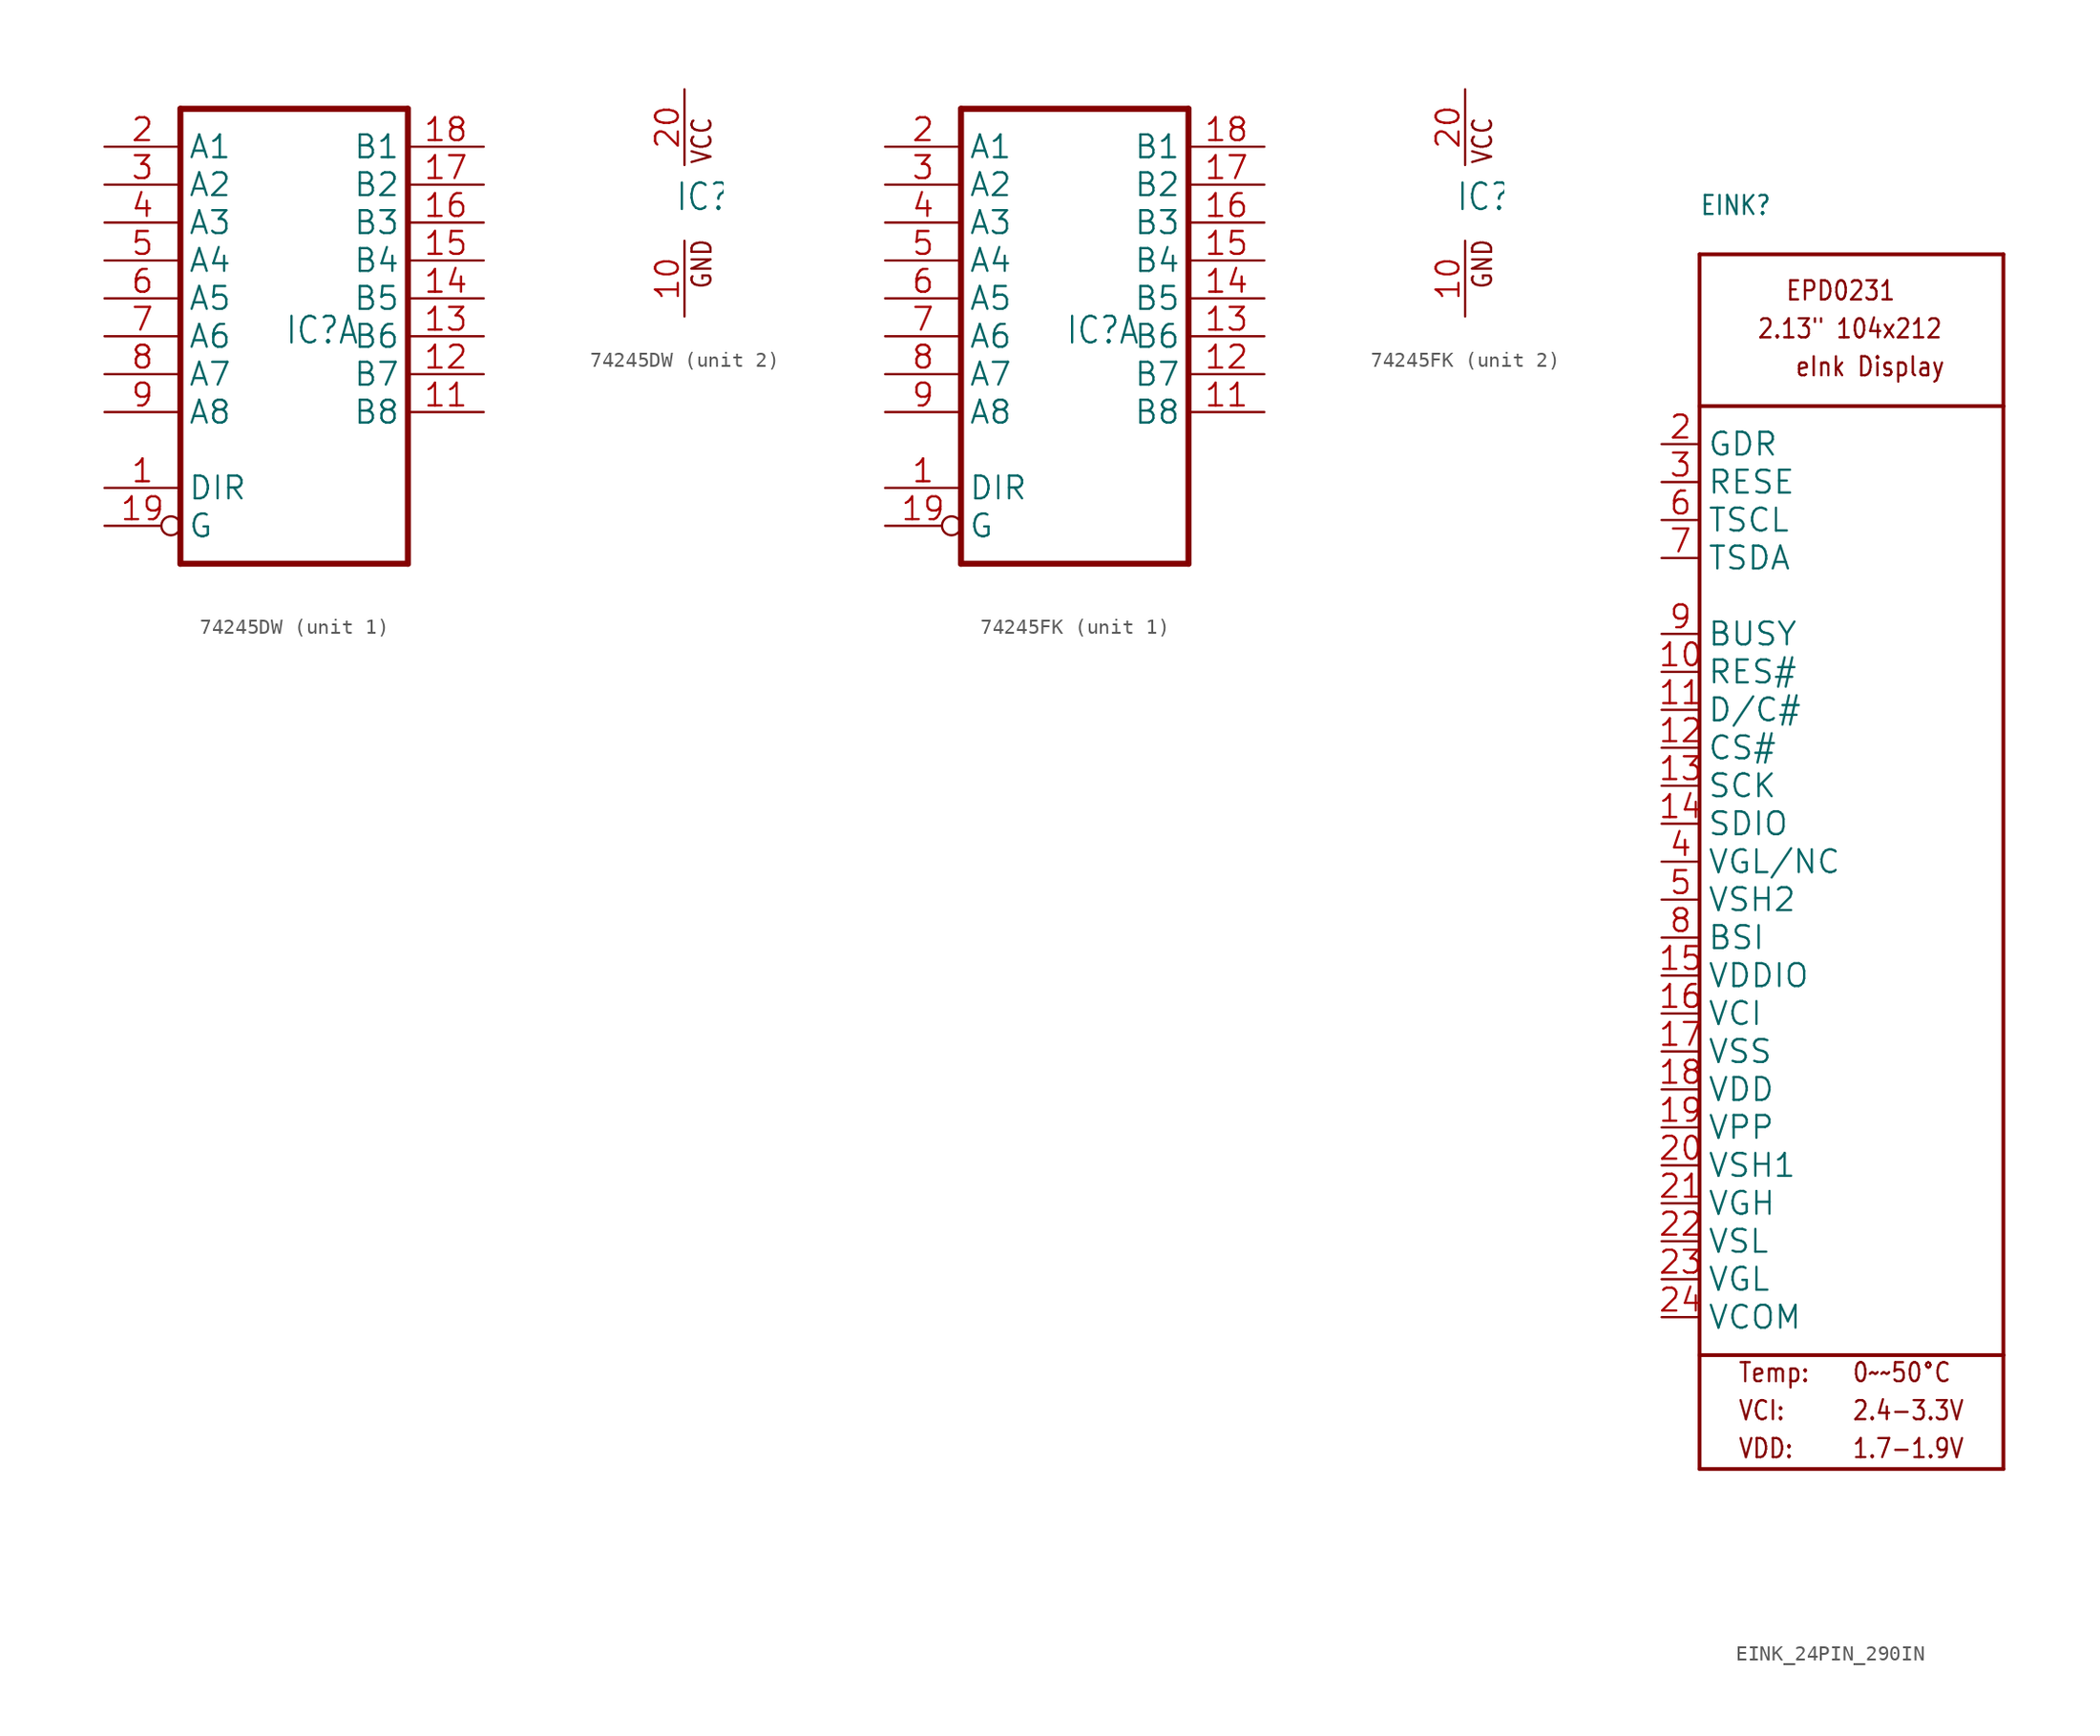
<source format=kicad_sym>
(kicad_symbol_lib
  (version 20241209)
  (generator "kicad_symbol_editor")
  (generator_version "9.0")
  (symbol "74245DW"
    (property "Reference" "IC"
      (at -0.635 -0.635 0)
      (effects (font (size 1.778 1.511)) (justify left bottom)))
    (property "ki_locked" ""
      (at 0 0 0)
      (effects (font (size 1.27 1.27))))
    (symbol "74245DW_1_0"
      (polyline (pts (xy -7.62 15.24) (xy -7.62 -15.24)) (stroke (width 0.406) (type solid)) (fill (type none)))
      (polyline (pts (xy -7.62 -15.24) (xy 7.62 -15.24)) (stroke (width 0.406) (type solid)) (fill (type none)))
      (polyline (pts (xy 7.62 15.24) (xy -7.62 15.24)) (stroke (width 0.406) (type solid)) (fill (type none)))
      (polyline (pts (xy 7.62 -15.24) (xy 7.62 15.24)) (stroke (width 0.406) (type solid)) (fill (type none)))
      (pin bidirectional line (at -12.7 12.7 0) (length 5.08) (name "A1" (effects (font (size 1.524 1.524)))) (number "2" (effects (font (size 1.524 1.524)))))
      (pin bidirectional line (at -12.7 10.16 0) (length 5.08) (name "A2" (effects (font (size 1.524 1.524)))) (number "3" (effects (font (size 1.524 1.524)))))
      (pin bidirectional line (at -12.7 7.62 0) (length 5.08) (name "A3" (effects (font (size 1.524 1.524)))) (number "4" (effects (font (size 1.524 1.524)))))
      (pin bidirectional line (at -12.7 5.08 0) (length 5.08) (name "A4" (effects (font (size 1.524 1.524)))) (number "5" (effects (font (size 1.524 1.524)))))
      (pin bidirectional line (at -12.7 2.54 0) (length 5.08) (name "A5" (effects (font (size 1.524 1.524)))) (number "6" (effects (font (size 1.524 1.524)))))
      (pin bidirectional line (at -12.7 0 0) (length 5.08) (name "A6" (effects (font (size 1.524 1.524)))) (number "7" (effects (font (size 1.524 1.524)))))
      (pin bidirectional line (at -12.7 -2.54 0) (length 5.08) (name "A7" (effects (font (size 1.524 1.524)))) (number "8" (effects (font (size 1.524 1.524)))))
      (pin bidirectional line (at -12.7 -5.08 0) (length 5.08) (name "A8" (effects (font (size 1.524 1.524)))) (number "9" (effects (font (size 1.524 1.524)))))
      (pin input line (at -12.7 -10.16 0) (length 5.08) (name "DIR" (effects (font (size 1.524 1.524)))) (number "1" (effects (font (size 1.524 1.524)))))
      (pin input inverted (at -12.7 -12.7 0) (length 5.08) (name "G" (effects (font (size 1.524 1.524)))) (number "19" (effects (font (size 1.524 1.524)))))
      (pin bidirectional line (at 12.7 12.7 180) (length 5.08) (name "B1" (effects (font (size 1.524 1.524)))) (number "18" (effects (font (size 1.524 1.524)))))
      (pin bidirectional line (at 12.7 10.16 180) (length 5.08) (name "B2" (effects (font (size 1.524 1.524)))) (number "17" (effects (font (size 1.524 1.524)))))
      (pin bidirectional line (at 12.7 7.62 180) (length 5.08) (name "B3" (effects (font (size 1.524 1.524)))) (number "16" (effects (font (size 1.524 1.524)))))
      (pin bidirectional line (at 12.7 5.08 180) (length 5.08) (name "B4" (effects (font (size 1.524 1.524)))) (number "15" (effects (font (size 1.524 1.524)))))
      (pin bidirectional line (at 12.7 2.54 180) (length 5.08) (name "B5" (effects (font (size 1.524 1.524)))) (number "14" (effects (font (size 1.524 1.524)))))
      (pin bidirectional line (at 12.7 0 180) (length 5.08) (name "B6" (effects (font (size 1.524 1.524)))) (number "13" (effects (font (size 1.524 1.524)))))
      (pin bidirectional line (at 12.7 -2.54 180) (length 5.08) (name "B7" (effects (font (size 1.524 1.524)))) (number "12" (effects (font (size 1.524 1.524)))))
      (pin bidirectional line (at 12.7 -5.08 180) (length 5.08) (name "B8" (effects (font (size 1.524 1.524)))) (number "11" (effects (font (size 1.524 1.524))))))
    (symbol "74245DW_2_0"
      (text "VCC" (at 1.905 2.54 900) (effects (font (size 1.27 1.079)) (justify left bottom)))
      (text "GND" (at 1.905 -5.842 900) (effects (font (size 1.27 1.079)) (justify left bottom)))
      (pin power_in line (at 0 7.62 270) (length 5.08) (name "VCC" (effects (font (size 0 0)))) (number "20" (effects (font (size 1.524 1.524)))))
      (pin power_in line (at 0 -7.62 90) (length 5.08) (name "GND" (effects (font (size 0 0)))) (number "10" (effects (font (size 1.524 1.524)))))))
  (symbol "74245FK"
    (property "Reference" "IC"
      (at -0.635 -0.635 0)
      (effects (font (size 1.778 1.511)) (justify left bottom)))
    (property "ki_locked" ""
      (at 0 0 0)
      (effects (font (size 1.27 1.27))))
    (symbol "74245FK_1_0"
      (polyline (pts (xy -7.62 15.24) (xy -7.62 -15.24)) (stroke (width 0.406) (type solid)) (fill (type none)))
      (polyline (pts (xy -7.62 -15.24) (xy 7.62 -15.24)) (stroke (width 0.406) (type solid)) (fill (type none)))
      (polyline (pts (xy 7.62 15.24) (xy -7.62 15.24)) (stroke (width 0.406) (type solid)) (fill (type none)))
      (polyline (pts (xy 7.62 -15.24) (xy 7.62 15.24)) (stroke (width 0.406) (type solid)) (fill (type none)))
      (pin bidirectional line (at -12.7 12.7 0) (length 5.08) (name "A1" (effects (font (size 1.524 1.524)))) (number "2" (effects (font (size 1.524 1.524)))))
      (pin bidirectional line (at -12.7 10.16 0) (length 5.08) (name "A2" (effects (font (size 1.524 1.524)))) (number "3" (effects (font (size 1.524 1.524)))))
      (pin bidirectional line (at -12.7 7.62 0) (length 5.08) (name "A3" (effects (font (size 1.524 1.524)))) (number "4" (effects (font (size 1.524 1.524)))))
      (pin bidirectional line (at -12.7 5.08 0) (length 5.08) (name "A4" (effects (font (size 1.524 1.524)))) (number "5" (effects (font (size 1.524 1.524)))))
      (pin bidirectional line (at -12.7 2.54 0) (length 5.08) (name "A5" (effects (font (size 1.524 1.524)))) (number "6" (effects (font (size 1.524 1.524)))))
      (pin bidirectional line (at -12.7 0 0) (length 5.08) (name "A6" (effects (font (size 1.524 1.524)))) (number "7" (effects (font (size 1.524 1.524)))))
      (pin bidirectional line (at -12.7 -2.54 0) (length 5.08) (name "A7" (effects (font (size 1.524 1.524)))) (number "8" (effects (font (size 1.524 1.524)))))
      (pin bidirectional line (at -12.7 -5.08 0) (length 5.08) (name "A8" (effects (font (size 1.524 1.524)))) (number "9" (effects (font (size 1.524 1.524)))))
      (pin input line (at -12.7 -10.16 0) (length 5.08) (name "DIR" (effects (font (size 1.524 1.524)))) (number "1" (effects (font (size 1.524 1.524)))))
      (pin input inverted (at -12.7 -12.7 0) (length 5.08) (name "G" (effects (font (size 1.524 1.524)))) (number "19" (effects (font (size 1.524 1.524)))))
      (pin bidirectional line (at 12.7 12.7 180) (length 5.08) (name "B1" (effects (font (size 1.524 1.524)))) (number "18" (effects (font (size 1.524 1.524)))))
      (pin bidirectional line (at 12.7 10.16 180) (length 5.08) (name "B2" (effects (font (size 1.524 1.524)))) (number "17" (effects (font (size 1.524 1.524)))))
      (pin bidirectional line (at 12.7 7.62 180) (length 5.08) (name "B3" (effects (font (size 1.524 1.524)))) (number "16" (effects (font (size 1.524 1.524)))))
      (pin bidirectional line (at 12.7 5.08 180) (length 5.08) (name "B4" (effects (font (size 1.524 1.524)))) (number "15" (effects (font (size 1.524 1.524)))))
      (pin bidirectional line (at 12.7 2.54 180) (length 5.08) (name "B5" (effects (font (size 1.524 1.524)))) (number "14" (effects (font (size 1.524 1.524)))))
      (pin bidirectional line (at 12.7 0 180) (length 5.08) (name "B6" (effects (font (size 1.524 1.524)))) (number "13" (effects (font (size 1.524 1.524)))))
      (pin bidirectional line (at 12.7 -2.54 180) (length 5.08) (name "B7" (effects (font (size 1.524 1.524)))) (number "12" (effects (font (size 1.524 1.524)))))
      (pin bidirectional line (at 12.7 -5.08 180) (length 5.08) (name "B8" (effects (font (size 1.524 1.524)))) (number "11" (effects (font (size 1.524 1.524))))))
    (symbol "74245FK_2_0"
      (text "VCC" (at 1.905 2.54 900) (effects (font (size 1.27 1.079)) (justify left bottom)))
      (text "GND" (at 1.905 -5.842 900) (effects (font (size 1.27 1.079)) (justify left bottom)))
      (pin power_in line (at 0 7.62 270) (length 5.08) (name "VCC" (effects (font (size 0 0)))) (number "20" (effects (font (size 1.524 1.524)))))
      (pin power_in line (at 0 -7.62 90) (length 5.08) (name "GND" (effects (font (size 0 0)))) (number "10" (effects (font (size 1.524 1.524)))))))
  (symbol "EINK_24PIN_290IN"
    (property "Reference" "EINK"
      (at -10.16 43.18 0)
      (effects (font (size 1.27 1.079)) (justify left bottom)))
    (property "Value" ""
      (at -10.16 -43.18 0)
      (effects (font (size 1.27 1.079)) (justify left bottom)))
    (property "ki_locked" ""
      (at 0 0 0)
      (effects (font (size 1.27 1.27))))
    (symbol "EINK_24PIN_290IN_1_0"
      (polyline (pts (xy -10.16 40.64) (xy -10.16 30.48)) (stroke (width 0.254) (type solid)) (fill (type none)))
      (polyline (pts (xy -10.16 40.64) (xy 10.16 40.64)) (stroke (width 0.254) (type solid)) (fill (type none)))
      (polyline (pts (xy -10.16 30.48) (xy 10.16 30.48)) (stroke (width 0.254) (type solid)) (fill (type none)))
      (polyline (pts (xy -10.16 -33.02) (xy -10.16 30.48)) (stroke (width 0.254) (type solid)) (fill (type none)))
      (polyline (pts (xy -10.16 -33.02) (xy -10.16 -40.64)) (stroke (width 0.254) (type solid)) (fill (type none)))
      (polyline (pts (xy -10.16 -40.64) (xy 10.16 -40.64)) (stroke (width 0.254) (type solid)) (fill (type none)))
      (polyline (pts (xy 10.16 40.64) (xy 10.16 30.48)) (stroke (width 0.254) (type solid)) (fill (type none)))
      (polyline (pts (xy 10.16 30.48) (xy 10.16 -33.02)) (stroke (width 0.254) (type solid)) (fill (type none)))
      (polyline (pts (xy 10.16 -33.02) (xy -10.16 -33.02)) (stroke (width 0.254) (type solid)) (fill (type none)))
      (polyline (pts (xy 10.16 -40.64) (xy 10.16 -33.02)) (stroke (width 0.254) (type solid)) (fill (type none)))
      (text "Temp:" (at -7.62 -34.925 0) (effects (font (size 1.27 1.079)) (justify left bottom)))
      (text "VCI:" (at -7.62 -37.465 0) (effects (font (size 1.27 1.079)) (justify left bottom)))
      (text "VDD:" (at -7.62 -40.005 0) (effects (font (size 1.27 1.079)) (justify left bottom)))
      (text "2.13\" 104x212" (at -6.35 34.925 0) (effects (font (size 1.27 1.079)) (justify left bottom)))
      (text "EPD0231" (at -4.445 37.465 0) (effects (font (size 1.27 1.079)) (justify left bottom)))
      (text "eInk Display" (at -3.81 32.385 0) (effects (font (size 1.27 1.079)) (justify left bottom)))
      (text "0~~50°C" (at 0 -34.925 0) (effects (font (size 1.27 1.079)) (justify left bottom)))
      (text "2.4-3.3V" (at 0 -37.465 0) (effects (font (size 1.27 1.079)) (justify left bottom)))
      (text "1.7-1.9V" (at 0 -40.005 0) (effects (font (size 1.27 1.079)) (justify left bottom)))
      (pin output line (at -12.7 27.94 0) (length 2.54) (name "GDR" (effects (font (size 1.524 1.524)))) (number "2" (effects (font (size 1.524 1.524)))))
      (pin input line (at -12.7 25.4 0) (length 2.54) (name "RESE" (effects (font (size 1.524 1.524)))) (number "3" (effects (font (size 1.524 1.524)))))
      (pin output line (at -12.7 22.86 0) (length 2.54) (name "TSCL" (effects (font (size 1.524 1.524)))) (number "6" (effects (font (size 1.524 1.524)))))
      (pin bidirectional line (at -12.7 20.32 0) (length 2.54) (name "TSDA" (effects (font (size 1.524 1.524)))) (number "7" (effects (font (size 1.524 1.524)))))
      (pin output line (at -12.7 15.24 0) (length 2.54) (name "BUSY" (effects (font (size 1.524 1.524)))) (number "9" (effects (font (size 1.524 1.524)))))
      (pin input line (at -12.7 12.7 0) (length 2.54) (name "RES#" (effects (font (size 1.524 1.524)))) (number "10" (effects (font (size 1.524 1.524)))))
      (pin input line (at -12.7 10.16 0) (length 2.54) (name "D/C#" (effects (font (size 1.524 1.524)))) (number "11" (effects (font (size 1.524 1.524)))))
      (pin input line (at -12.7 7.62 0) (length 2.54) (name "CS#" (effects (font (size 1.524 1.524)))) (number "12" (effects (font (size 1.524 1.524)))))
      (pin bidirectional line (at -12.7 5.08 0) (length 2.54) (name "SCK" (effects (font (size 1.524 1.524)))) (number "13" (effects (font (size 1.524 1.524)))))
      (pin bidirectional line (at -12.7 2.54 0) (length 2.54) (name "SDIO" (effects (font (size 1.524 1.524)))) (number "14" (effects (font (size 1.524 1.524)))))
      (pin bidirectional line (at -12.7 0 0) (length 2.54) (name "VGL/NC" (effects (font (size 1.524 1.524)))) (number "4" (effects (font (size 1.524 1.524)))))
      (pin passive line (at -12.7 -2.54 0) (length 2.54) (name "VSH2" (effects (font (size 1.524 1.524)))) (number "5" (effects (font (size 1.524 1.524)))))
      (pin input line (at -12.7 -5.08 0) (length 2.54) (name "BSI" (effects (font (size 1.524 1.524)))) (number "8" (effects (font (size 1.524 1.524)))))
      (pin power_in line (at -12.7 -7.62 0) (length 2.54) (name "VDDIO" (effects (font (size 1.524 1.524)))) (number "15" (effects (font (size 1.524 1.524)))))
      (pin power_in line (at -12.7 -10.16 0) (length 2.54) (name "VCI" (effects (font (size 1.524 1.524)))) (number "16" (effects (font (size 1.524 1.524)))))
      (pin power_in line (at -12.7 -12.7 0) (length 2.54) (name "VSS" (effects (font (size 1.524 1.524)))) (number "17" (effects (font (size 1.524 1.524)))))
      (pin passive line (at -12.7 -15.24 0) (length 2.54) (name "VDD" (effects (font (size 1.524 1.524)))) (number "18" (effects (font (size 1.524 1.524)))))
      (pin passive line (at -12.7 -17.78 0) (length 2.54) (name "VPP" (effects (font (size 1.524 1.524)))) (number "19" (effects (font (size 1.524 1.524)))))
      (pin passive line (at -12.7 -20.32 0) (length 2.54) (name "VSH1" (effects (font (size 1.524 1.524)))) (number "20" (effects (font (size 1.524 1.524)))))
      (pin passive line (at -12.7 -22.86 0) (length 2.54) (name "VGH" (effects (font (size 1.524 1.524)))) (number "21" (effects (font (size 1.524 1.524)))))
      (pin passive line (at -12.7 -25.4 0) (length 2.54) (name "VSL" (effects (font (size 1.524 1.524)))) (number "22" (effects (font (size 1.524 1.524)))))
      (pin passive line (at -12.7 -27.94 0) (length 2.54) (name "VGL" (effects (font (size 1.524 1.524)))) (number "23" (effects (font (size 1.524 1.524)))))
      (pin passive line (at -12.7 -30.48 0) (length 2.54) (name "VCOM" (effects (font (size 1.524 1.524)))) (number "24" (effects (font (size 1.524 1.524))))))))
</source>
